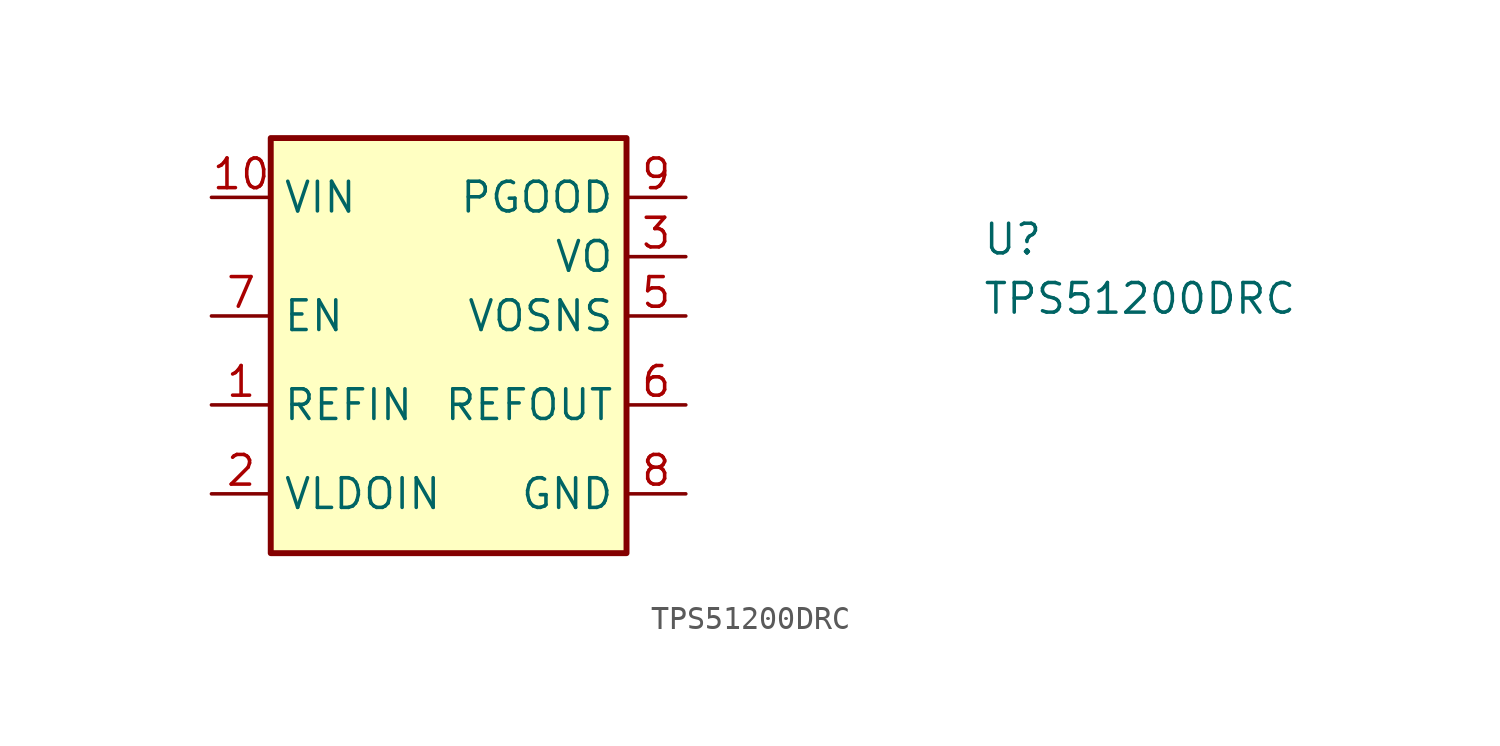
<source format=kicad_sym>
(kicad_symbol_lib
  (version 20211014)
  (generator kicad_symbol_editor)
  (symbol "TPS51200DRC"
    (property "Reference" "U"
      (at 33.02 -2.54 0)
      (effects (font (size 1.27 1.27) (thickness 0.15)) (justify left bottom)))
    (property "Value" "TPS51200DRC"
      (at 33.02 -5.08 0)
      (effects (font (size 1.27 1.27) (thickness 0.15)) (justify left bottom)))
    (symbol "TPS51200DRC_0_1"
      (rectangle (start 2.54 2.54) (end 17.78 -15.24) (stroke (width 0.254) (type default) (color 0 0 0 0)) (fill (type background)))
      (pin input line (at 0 -8.89 0) (length 2.54) (name "REFIN" (effects (font (size 1.27 1.27)))) (number "1" (effects (font (size 1.27 1.27)))))
      (pin power_in line (at 0 0 0) (length 2.54) (name "VIN" (effects (font (size 1.27 1.27)))) (number "10" (effects (font (size 1.27 1.27)))))
      (pin passive line (at 20.32 -12.7 180) (length 2.54) hide (name "GND" (effects (font (size 1.27 1.27)))) (number "11" (effects (font (size 1.27 1.27)))))
      (pin power_in line (at 0 -12.7 0) (length 2.54) (name "VLDOIN" (effects (font (size 1.27 1.27)))) (number "2" (effects (font (size 1.27 1.27)))))
      (pin power_out line (at 20.32 -2.54 180) (length 2.54) (name "VO" (effects (font (size 1.27 1.27)))) (number "3" (effects (font (size 1.27 1.27)))))
      (pin passive line (at 20.32 -12.7 180) (length 2.54) hide (name "GND" (effects (font (size 1.27 1.27)))) (number "4" (effects (font (size 1.27 1.27)))))
      (pin input line (at 20.32 -5.08 180) (length 2.54) (name "VOSNS" (effects (font (size 1.27 1.27)))) (number "5" (effects (font (size 1.27 1.27)))))
      (pin output line (at 20.32 -8.89 180) (length 2.54) (name "REFOUT" (effects (font (size 1.27 1.27)))) (number "6" (effects (font (size 1.27 1.27)))))
      (pin input line (at 0 -5.08 0) (length 2.54) (name "EN" (effects (font (size 1.27 1.27)))) (number "7" (effects (font (size 1.27 1.27)))))
      (pin power_in line (at 20.32 -12.7 180) (length 2.54) (name "GND" (effects (font (size 1.27 1.27)))) (number "8" (effects (font (size 1.27 1.27)))))
      (pin open_collector line (at 20.32 0 180) (length 2.54) (name "PGOOD" (effects (font (size 1.27 1.27)))) (number "9" (effects (font (size 1.27 1.27))))))))
</source>
